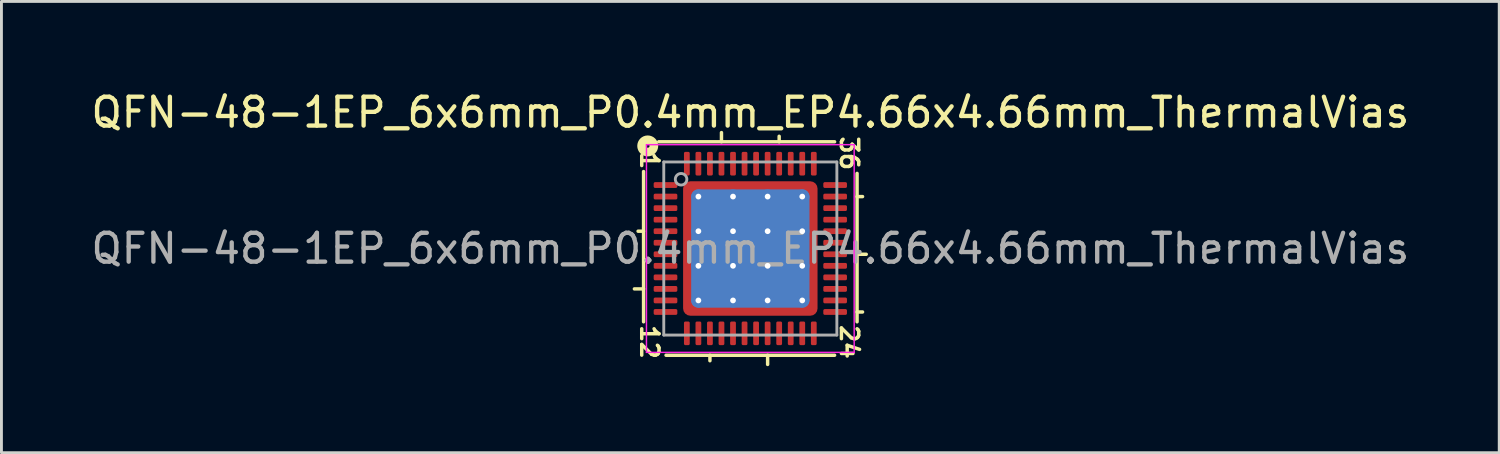
<source format=kicad_pcb>
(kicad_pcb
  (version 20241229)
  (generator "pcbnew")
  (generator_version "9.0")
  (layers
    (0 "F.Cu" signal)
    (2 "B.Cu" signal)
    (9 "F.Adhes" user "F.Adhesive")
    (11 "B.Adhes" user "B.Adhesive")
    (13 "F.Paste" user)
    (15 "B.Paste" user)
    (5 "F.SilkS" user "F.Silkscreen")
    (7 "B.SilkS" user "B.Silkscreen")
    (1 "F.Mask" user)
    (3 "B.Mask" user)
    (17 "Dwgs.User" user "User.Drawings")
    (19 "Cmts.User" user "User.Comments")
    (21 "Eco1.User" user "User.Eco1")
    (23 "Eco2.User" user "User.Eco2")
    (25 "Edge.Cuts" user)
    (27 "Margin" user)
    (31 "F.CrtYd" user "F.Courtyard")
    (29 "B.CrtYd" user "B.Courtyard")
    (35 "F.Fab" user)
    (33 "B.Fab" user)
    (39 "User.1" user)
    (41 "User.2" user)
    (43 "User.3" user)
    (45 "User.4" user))
  (footprint "QFN-48-1EP_6x6mm_P0.4mm_EP4.66x4.66mm_ThermalVias"
    (layer "F.Cu")
    (at 22.958 5.564)
    (property "Reference" "QFN-48-1EP_6x6mm_P0.4mm_EP4.66x4.66mm_ThermalVias" (at 0 -4.716 0) (layer "F.SilkS") (effects (font (size 1 1) (thickness 0.15))))
    (attr smd)
    (fp_line (start -3.7 -2.667) (end -3.7 2.54) (stroke (width 0.12) (type solid)) (layer "F.SilkS"))
    (fp_line (start -3.7 -0.6) (end -3.89 -0.6) (stroke (width 0.12) (type solid)) (layer "F.SilkS"))
    (fp_line (start -3.7 1.4) (end -4.018 1.4) (stroke (width 0.12) (type solid)) (layer "F.SilkS"))
    (fp_line (start -2.921 3.7) (end 2.921 3.7) (stroke (width 0.12) (type solid)) (layer "F.SilkS"))
    (fp_line (start -1.4 3.89) (end -1.4 3.7) (stroke (width 0.12) (type solid)) (layer "F.SilkS"))
    (fp_line (start -1 -3.7) (end -1 -4.018) (stroke (width 0.12) (type solid)) (layer "F.SilkS"))
    (fp_line (start 0.6 3.7) (end 0.6 4.018) (stroke (width 0.12) (type solid)) (layer "F.SilkS"))
    (fp_line (start 1 -3.7) (end 1 -3.89) (stroke (width 0.12) (type solid)) (layer "F.SilkS"))
    (fp_line (start 2.921 -3.7) (end -3.175 -3.7) (stroke (width 0.12) (type solid)) (layer "F.SilkS"))
    (fp_line (start 3.7 -1.8) (end 3.89 -1.8) (stroke (width 0.12) (type solid)) (layer "F.SilkS"))
    (fp_line (start 3.7 0.2) (end 4.018 0.2) (stroke (width 0.12) (type solid)) (layer "F.SilkS"))
    (fp_line (start 3.7 2.2) (end 3.89 2.2) (stroke (width 0.12) (type solid)) (layer "F.SilkS"))
    (fp_line (start 3.7 2.54) (end 3.7 -2.603) (stroke (width 0.12) (type solid)) (layer "F.SilkS"))
    (fp_circle (center -3.556 -3.556) (end -3.493 -3.556) (stroke (width 0.3) (type solid)) (fill no) (layer "F.SilkS"))
    (fp_line (start -3.6 -3.6) (end -3.6 3.6) (stroke (width 0.05) (type solid)) (layer "F.CrtYd"))
    (fp_line (start -3.6 3.6) (end 3.6 3.6) (stroke (width 0.05) (type solid)) (layer "F.CrtYd"))
    (fp_line (start 3.6 -3.6) (end -3.6 -3.6) (stroke (width 0.05) (type solid)) (layer "F.CrtYd"))
    (fp_line (start 3.6 3.6) (end 3.6 -3.6) (stroke (width 0.05) (type solid)) (layer "F.CrtYd"))
    (fp_line (start -3 -3) (end 3 -3) (stroke (width 0.1) (type solid)) (layer "F.Fab"))
    (fp_line (start -3 3) (end -3 -3) (stroke (width 0.1) (type solid)) (layer "F.Fab"))
    (fp_line (start 3 -3) (end 3 3) (stroke (width 0.1) (type solid)) (layer "F.Fab"))
    (fp_line (start 3 3) (end -3 3) (stroke (width 0.1) (type solid)) (layer "F.Fab"))
    (fp_circle (center -2.4 -2.4) (end -2.2 -2.4) (stroke (width 0.1) (type solid)) (fill no) (layer "F.Fab"))
    (fp_text user "36" (at 3.429 -3.302 270) (unlocked yes) (layer "F.SilkS") (effects (font (size 0.6 0.6) (thickness 0.12))))
    (fp_text user "12" (at -3.493 3.239 270) (unlocked yes) (layer "F.SilkS") (effects (font (size 0.6 0.6) (thickness 0.12))))
    (fp_text user "1" (at -3.493 -3.048 270) (unlocked yes) (layer "F.SilkS") (effects (font (size 0.6 0.6) (thickness 0.12))))
    (fp_text user "24" (at 3.429 3.239 270) (unlocked yes) (layer "F.SilkS") (effects (font (size 0.6 0.6) (thickness 0.12))))
    (fp_text user "${REFERENCE}" (at 0 0 0) (layer "F.Fab") (effects (font (size 1 1) (thickness 0.15))))
    (pad "" smd custom (at -2.065 -2.065) (size 0.3 0.3) (layers "F.Paste") (options (anchor circle)) (primitives (gr_poly (pts (xy 0.107 -0.011) (xy -0.011 0.107) (xy -0.107 0.107) (xy -0.107 -0.107) (xy 0.107 -0.107)) (width 0.214) (fill yes))))
    (pad "" smd custom (at -2.065 -1.2) (size 0.346 0.346) (layers "F.Paste") (options (anchor circle)) (primitives (gr_poly (pts (xy 0.132 -0.335) (xy 0.132 0.335) (xy 0.065 0.402) (xy -0.132 0.402) (xy -0.132 -0.402) (xy 0.065 -0.402)) (width 0.163) (fill yes))))
    (pad "" smd custom (at -2.065 0) (size 0.346 0.346) (layers "F.Paste") (options (anchor circle)) (primitives (gr_poly (pts (xy 0.132 -0.335) (xy 0.132 0.335) (xy 0.065 0.402) (xy -0.132 0.402) (xy -0.132 -0.402) (xy 0.065 -0.402)) (width 0.163) (fill yes))))
    (pad "" smd custom (at -2.065 1.2) (size 0.346 0.346) (layers "F.Paste") (options (anchor circle)) (primitives (gr_poly (pts (xy 0.132 -0.335) (xy 0.132 0.335) (xy 0.065 0.402) (xy -0.132 0.402) (xy -0.132 -0.402) (xy 0.065 -0.402)) (width 0.163) (fill yes))))
    (pad "" smd custom (at -2.065 2.065) (size 0.3 0.3) (layers "F.Paste") (options (anchor circle)) (primitives (gr_poly (pts (xy 0.107 0.011) (xy 0.107 0.107) (xy -0.107 0.107) (xy -0.107 -0.107) (xy -0.011 -0.107)) (width 0.214) (fill yes))))
    (pad "" smd custom (at -1.2 -2.065) (size 0.346 0.346) (layers "F.Paste") (options (anchor circle)) (primitives (gr_poly (pts (xy 0.402 0.065) (xy 0.335 0.132) (xy -0.335 0.132) (xy -0.402 0.065) (xy -0.402 -0.132) (xy 0.402 -0.132)) (width 0.163) (fill yes))))
    (pad "" smd roundrect (at -1.2 -1.2) (size 0.967 0.967) (layers "F.Paste") (roundrect_rratio 0.25))
    (pad "" smd roundrect (at -1.2 0) (size 0.967 0.967) (layers "F.Paste") (roundrect_rratio 0.25))
    (pad "" smd roundrect (at -1.2 1.2) (size 0.967 0.967) (layers "F.Paste") (roundrect_rratio 0.25))
    (pad "" smd custom (at -1.2 2.065) (size 0.346 0.346) (layers "F.Paste") (options (anchor circle)) (primitives (gr_poly (pts (xy 0.402 -0.065) (xy 0.402 0.132) (xy -0.402 0.132) (xy -0.402 -0.065) (xy -0.335 -0.132) (xy 0.335 -0.132)) (width 0.163) (fill yes))))
    (pad "" smd custom (at 0 -2.065) (size 0.346 0.346) (layers "F.Paste") (options (anchor circle)) (primitives (gr_poly (pts (xy 0.402 0.065) (xy 0.335 0.132) (xy -0.335 0.132) (xy -0.402 0.065) (xy -0.402 -0.132) (xy 0.402 -0.132)) (width 0.163) (fill yes))))
    (pad "" smd roundrect (at 0 -1.2) (size 0.967 0.967) (layers "F.Paste") (roundrect_rratio 0.25))
    (pad "" smd roundrect (at 0 0) (size 0.967 0.967) (layers "F.Paste") (roundrect_rratio 0.25))
    (pad "" smd roundrect (at 0 1.2) (size 0.967 0.967) (layers "F.Paste") (roundrect_rratio 0.25))
    (pad "" smd custom (at 0 2.065) (size 0.346 0.346) (layers "F.Paste") (options (anchor circle)) (primitives (gr_poly (pts (xy 0.402 -0.065) (xy 0.402 0.132) (xy -0.402 0.132) (xy -0.402 -0.065) (xy -0.335 -0.132) (xy 0.335 -0.132)) (width 0.163) (fill yes))))
    (pad "" smd custom (at 1.2 -2.065) (size 0.346 0.346) (layers "F.Paste") (options (anchor circle)) (primitives (gr_poly (pts (xy 0.402 0.065) (xy 0.335 0.132) (xy -0.335 0.132) (xy -0.402 0.065) (xy -0.402 -0.132) (xy 0.402 -0.132)) (width 0.163) (fill yes))))
    (pad "" smd roundrect (at 1.2 -1.2) (size 0.967 0.967) (layers "F.Paste") (roundrect_rratio 0.25))
    (pad "" smd roundrect (at 1.2 0) (size 0.967 0.967) (layers "F.Paste") (roundrect_rratio 0.25))
    (pad "" smd roundrect (at 1.2 1.2) (size 0.967 0.967) (layers "F.Paste") (roundrect_rratio 0.25))
    (pad "" smd custom (at 1.2 2.065) (size 0.346 0.346) (layers "F.Paste") (options (anchor circle)) (primitives (gr_poly (pts (xy 0.402 -0.065) (xy 0.402 0.132) (xy -0.402 0.132) (xy -0.402 -0.065) (xy -0.335 -0.132) (xy 0.335 -0.132)) (width 0.163) (fill yes))))
    (pad "" smd custom (at 2.065 -2.065) (size 0.3 0.3) (layers "F.Paste") (options (anchor circle)) (primitives (gr_poly (pts (xy 0.107 0.107) (xy 0.011 0.107) (xy -0.107 -0.011) (xy -0.107 -0.107) (xy 0.107 -0.107)) (width 0.214) (fill yes))))
    (pad "" smd custom (at 2.065 -1.2) (size 0.346 0.346) (layers "F.Paste") (options (anchor circle)) (primitives (gr_poly (pts (xy 0.132 0.402) (xy -0.065 0.402) (xy -0.132 0.335) (xy -0.132 -0.335) (xy -0.065 -0.402) (xy 0.132 -0.402)) (width 0.163) (fill yes))))
    (pad "" smd custom (at 2.065 0) (size 0.346 0.346) (layers "F.Paste") (options (anchor circle)) (primitives (gr_poly (pts (xy 0.132 0.402) (xy -0.065 0.402) (xy -0.132 0.335) (xy -0.132 -0.335) (xy -0.065 -0.402) (xy 0.132 -0.402)) (width 0.163) (fill yes))))
    (pad "" smd custom (at 2.065 1.2) (size 0.346 0.346) (layers "F.Paste") (options (anchor circle)) (primitives (gr_poly (pts (xy 0.132 0.402) (xy -0.065 0.402) (xy -0.132 0.335) (xy -0.132 -0.335) (xy -0.065 -0.402) (xy 0.132 -0.402)) (width 0.163) (fill yes))))
    (pad "" smd custom (at 2.065 2.065) (size 0.3 0.3) (layers "F.Paste") (options (anchor circle)) (primitives (gr_poly (pts (xy 0.107 0.107) (xy -0.107 0.107) (xy -0.107 0.011) (xy 0.011 -0.107) (xy 0.107 -0.107)) (width 0.214) (fill yes))))
    (pad "1" smd roundrect (at -2.94 -2.2) (size 0.82 0.2) (layers "F.Cu" "F.Mask" "F.Paste") (roundrect_rratio 0.25))
    (pad "2" smd roundrect (at -2.94 -1.8) (size 0.82 0.2) (layers "F.Cu" "F.Mask" "F.Paste") (roundrect_rratio 0.25))
    (pad "3" smd roundrect (at -2.94 -1.4) (size 0.82 0.2) (layers "F.Cu" "F.Mask" "F.Paste") (roundrect_rratio 0.25))
    (pad "4" smd roundrect (at -2.94 -1) (size 0.82 0.2) (layers "F.Cu" "F.Mask" "F.Paste") (roundrect_rratio 0.25))
    (pad "5" smd roundrect (at -2.94 -0.6) (size 0.82 0.2) (layers "F.Cu" "F.Mask" "F.Paste") (roundrect_rratio 0.25))
    (pad "6" smd roundrect (at -2.94 -0.2) (size 0.82 0.2) (layers "F.Cu" "F.Mask" "F.Paste") (roundrect_rratio 0.25))
    (pad "7" smd roundrect (at -2.94 0.2) (size 0.82 0.2) (layers "F.Cu" "F.Mask" "F.Paste") (roundrect_rratio 0.25))
    (pad "8" smd roundrect (at -2.94 0.6) (size 0.82 0.2) (layers "F.Cu" "F.Mask" "F.Paste") (roundrect_rratio 0.25))
    (pad "9" smd roundrect (at -2.94 1) (size 0.82 0.2) (layers "F.Cu" "F.Mask" "F.Paste") (roundrect_rratio 0.25))
    (pad "10" smd roundrect (at -2.94 1.4) (size 0.82 0.2) (layers "F.Cu" "F.Mask" "F.Paste") (roundrect_rratio 0.25))
    (pad "11" smd roundrect (at -2.94 1.8) (size 0.82 0.2) (layers "F.Cu" "F.Mask" "F.Paste") (roundrect_rratio 0.25))
    (pad "12" smd roundrect (at -2.94 2.2) (size 0.82 0.2) (layers "F.Cu" "F.Mask" "F.Paste") (roundrect_rratio 0.25))
    (pad "13" smd roundrect (at -2.2 2.94) (size 0.2 0.82) (layers "F.Cu" "F.Mask" "F.Paste") (roundrect_rratio 0.25))
    (pad "14" smd roundrect (at -1.8 2.94) (size 0.2 0.82) (layers "F.Cu" "F.Mask" "F.Paste") (roundrect_rratio 0.25))
    (pad "15" smd roundrect (at -1.4 2.94) (size 0.2 0.82) (layers "F.Cu" "F.Mask" "F.Paste") (roundrect_rratio 0.25))
    (pad "16" smd roundrect (at -1 2.94) (size 0.2 0.82) (layers "F.Cu" "F.Mask" "F.Paste") (roundrect_rratio 0.25))
    (pad "17" smd roundrect (at -0.6 2.94) (size 0.2 0.82) (layers "F.Cu" "F.Mask" "F.Paste") (roundrect_rratio 0.25))
    (pad "18" smd roundrect (at -0.2 2.94) (size 0.2 0.82) (layers "F.Cu" "F.Mask" "F.Paste") (roundrect_rratio 0.25))
    (pad "19" smd roundrect (at 0.2 2.94) (size 0.2 0.82) (layers "F.Cu" "F.Mask" "F.Paste") (roundrect_rratio 0.25))
    (pad "20" smd roundrect (at 0.6 2.94) (size 0.2 0.82) (layers "F.Cu" "F.Mask" "F.Paste") (roundrect_rratio 0.25))
    (pad "21" smd roundrect (at 1 2.94) (size 0.2 0.82) (layers "F.Cu" "F.Mask" "F.Paste") (roundrect_rratio 0.25))
    (pad "22" smd roundrect (at 1.4 2.94) (size 0.2 0.82) (layers "F.Cu" "F.Mask" "F.Paste") (roundrect_rratio 0.25))
    (pad "23" smd roundrect (at 1.8 2.94) (size 0.2 0.82) (layers "F.Cu" "F.Mask" "F.Paste") (roundrect_rratio 0.25))
    (pad "24" smd roundrect (at 2.2 2.94) (size 0.2 0.82) (layers "F.Cu" "F.Mask" "F.Paste") (roundrect_rratio 0.25))
    (pad "25" smd roundrect (at 2.94 2.2) (size 0.82 0.2) (layers "F.Cu" "F.Mask" "F.Paste") (roundrect_rratio 0.25))
    (pad "26" smd roundrect (at 2.94 1.8) (size 0.82 0.2) (layers "F.Cu" "F.Mask" "F.Paste") (roundrect_rratio 0.25))
    (pad "27" smd roundrect (at 2.94 1.4) (size 0.82 0.2) (layers "F.Cu" "F.Mask" "F.Paste") (roundrect_rratio 0.25))
    (pad "28" smd roundrect (at 2.94 1) (size 0.82 0.2) (layers "F.Cu" "F.Mask" "F.Paste") (roundrect_rratio 0.25))
    (pad "29" smd roundrect (at 2.94 0.6) (size 0.82 0.2) (layers "F.Cu" "F.Mask" "F.Paste") (roundrect_rratio 0.25))
    (pad "30" smd roundrect (at 2.94 0.2) (size 0.82 0.2) (layers "F.Cu" "F.Mask" "F.Paste") (roundrect_rratio 0.25))
    (pad "31" smd roundrect (at 2.94 -0.2) (size 0.82 0.2) (layers "F.Cu" "F.Mask" "F.Paste") (roundrect_rratio 0.25))
    (pad "32" smd roundrect (at 2.94 -0.6) (size 0.82 0.2) (layers "F.Cu" "F.Mask" "F.Paste") (roundrect_rratio 0.25))
    (pad "33" smd roundrect (at 2.94 -1) (size 0.82 0.2) (layers "F.Cu" "F.Mask" "F.Paste") (roundrect_rratio 0.25))
    (pad "34" smd roundrect (at 2.94 -1.4) (size 0.82 0.2) (layers "F.Cu" "F.Mask" "F.Paste") (roundrect_rratio 0.25))
    (pad "35" smd roundrect (at 2.94 -1.8) (size 0.82 0.2) (layers "F.Cu" "F.Mask" "F.Paste") (roundrect_rratio 0.25))
    (pad "36" smd roundrect (at 2.94 -2.2) (size 0.82 0.2) (layers "F.Cu" "F.Mask" "F.Paste") (roundrect_rratio 0.25))
    (pad "37" smd roundrect (at 2.2 -2.94) (size 0.2 0.82) (layers "F.Cu" "F.Mask" "F.Paste") (roundrect_rratio 0.25))
    (pad "38" smd roundrect (at 1.8 -2.94) (size 0.2 0.82) (layers "F.Cu" "F.Mask" "F.Paste") (roundrect_rratio 0.25))
    (pad "39" smd roundrect (at 1.4 -2.94) (size 0.2 0.82) (layers "F.Cu" "F.Mask" "F.Paste") (roundrect_rratio 0.25))
    (pad "40" smd roundrect (at 1 -2.94) (size 0.2 0.82) (layers "F.Cu" "F.Mask" "F.Paste") (roundrect_rratio 0.25))
    (pad "41" smd roundrect (at 0.6 -2.94) (size 0.2 0.82) (layers "F.Cu" "F.Mask" "F.Paste") (roundrect_rratio 0.25))
    (pad "42" smd roundrect (at 0.2 -2.94) (size 0.2 0.82) (layers "F.Cu" "F.Mask" "F.Paste") (roundrect_rratio 0.25))
    (pad "43" smd roundrect (at -0.2 -2.94) (size 0.2 0.82) (layers "F.Cu" "F.Mask" "F.Paste") (roundrect_rratio 0.25))
    (pad "44" smd roundrect (at -0.6 -2.94) (size 0.2 0.82) (layers "F.Cu" "F.Mask" "F.Paste") (roundrect_rratio 0.25))
    (pad "45" smd roundrect (at -1 -2.94) (size 0.2 0.82) (layers "F.Cu" "F.Mask" "F.Paste") (roundrect_rratio 0.25))
    (pad "46" smd roundrect (at -1.4 -2.94) (size 0.2 0.82) (layers "F.Cu" "F.Mask" "F.Paste") (roundrect_rratio 0.25))
    (pad "47" smd roundrect (at -1.8 -2.94) (size 0.2 0.82) (layers "F.Cu" "F.Mask" "F.Paste") (roundrect_rratio 0.25))
    (pad "48" smd roundrect (at -2.2 -2.94) (size 0.2 0.82) (layers "F.Cu" "F.Mask" "F.Paste") (roundrect_rratio 0.25))
    (pad "49" thru_hole circle (at -1.8 -1.8) (size 0.5 0.5) (drill 0.2) (property pad_prop_heatsink) (layers "*.Cu"))
    (pad "49" thru_hole circle (at -1.8 -0.6) (size 0.5 0.5) (drill 0.2) (property pad_prop_heatsink) (layers "*.Cu"))
    (pad "49" thru_hole circle (at -1.8 0.6) (size 0.5 0.5) (drill 0.2) (property pad_prop_heatsink) (layers "*.Cu"))
    (pad "49" thru_hole circle (at -1.8 1.8) (size 0.5 0.5) (drill 0.2) (property pad_prop_heatsink) (layers "*.Cu"))
    (pad "49" thru_hole circle (at -0.6 -1.8) (size 0.5 0.5) (drill 0.2) (property pad_prop_heatsink) (layers "*.Cu"))
    (pad "49" thru_hole circle (at -0.6 -0.6) (size 0.5 0.5) (drill 0.2) (property pad_prop_heatsink) (layers "*.Cu"))
    (pad "49" thru_hole circle (at -0.6 0.6) (size 0.5 0.5) (drill 0.2) (property pad_prop_heatsink) (layers "*.Cu"))
    (pad "49" thru_hole circle (at -0.6 1.8) (size 0.5 0.5) (drill 0.2) (property pad_prop_heatsink) (layers "*.Cu"))
    (pad "49" smd roundrect (at 0 0) (size 4.1 4.1) (layers "B.Cu") (roundrect_rratio 0.061))
    (pad "49" smd roundrect (at 0 0) (size 4.66 4.66) (layers "F.Cu" "F.Mask") (roundrect_rratio 0.054))
    (pad "49" thru_hole circle (at 0.6 -1.8) (size 0.5 0.5) (drill 0.2) (property pad_prop_heatsink) (layers "*.Cu"))
    (pad "49" thru_hole circle (at 0.6 -0.6) (size 0.5 0.5) (drill 0.2) (property pad_prop_heatsink) (layers "*.Cu"))
    (pad "49" thru_hole circle (at 0.6 0.6) (size 0.5 0.5) (drill 0.2) (property pad_prop_heatsink) (layers "*.Cu"))
    (pad "49" thru_hole circle (at 0.6 1.8) (size 0.5 0.5) (drill 0.2) (property pad_prop_heatsink) (layers "*.Cu"))
    (pad "49" thru_hole circle (at 1.8 -1.8) (size 0.5 0.5) (drill 0.2) (property pad_prop_heatsink) (layers "*.Cu"))
    (pad "49" thru_hole circle (at 1.8 -0.6) (size 0.5 0.5) (drill 0.2) (property pad_prop_heatsink) (layers "*.Cu"))
    (pad "49" thru_hole circle (at 1.8 0.6) (size 0.5 0.5) (drill 0.2) (property pad_prop_heatsink) (layers "*.Cu"))
    (pad "49" thru_hole circle (at 1.8 1.8) (size 0.5 0.5) (drill 0.2) (property pad_prop_heatsink) (layers "*.Cu")))
  (gr_rect
    (start -3 -3)
    (end 48.917 12.642)
    (stroke (width 0.1) (type default))
    (fill no)
    (layer "Edge.Cuts")))
</source>
